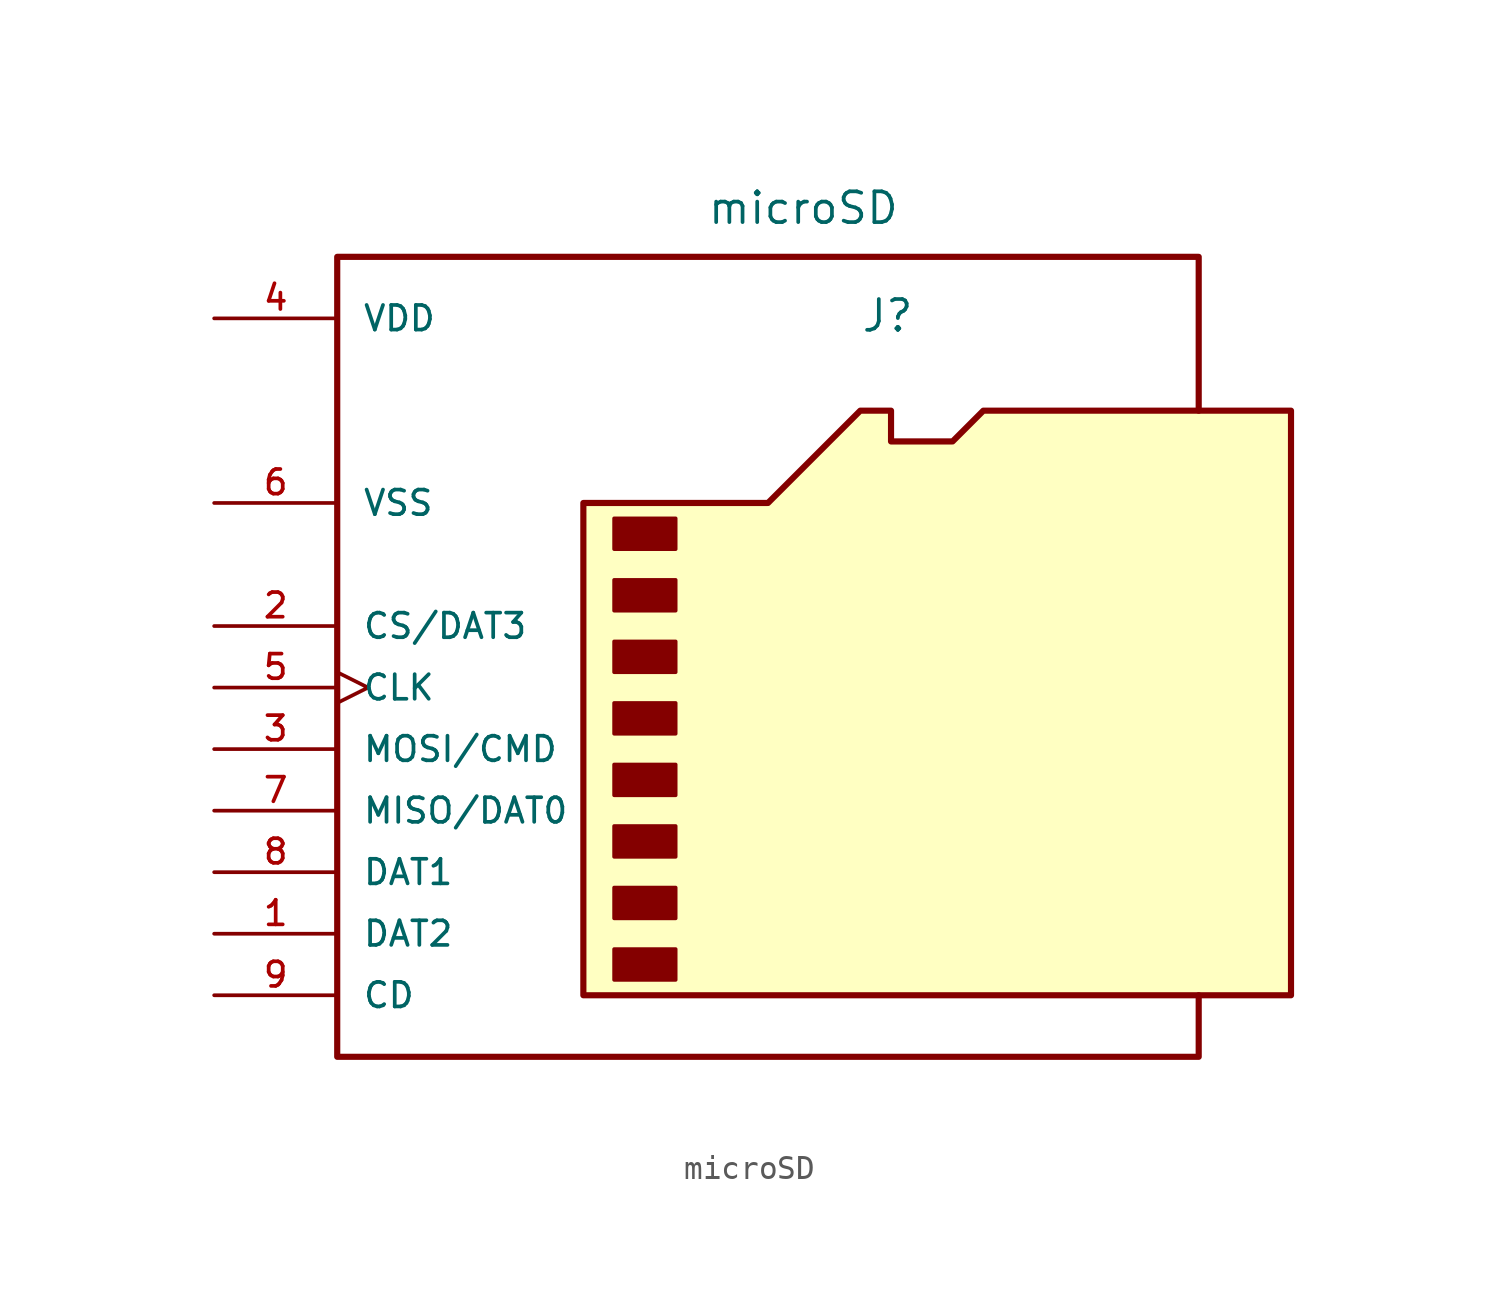
<source format=kicad_sym>
(kicad_symbol_lib
  (version 20211014)
  (generator kicad_symbol_editor)
  (symbol "microSD"
    (pin_names
      (offset 1.016))
    (property "Reference" "J"
      (at 5.08 17.145 0)
      (effects (font (size 1.27 1.27)) (justify left bottom)))
    (property "Value" "microSD"
      (at -1.27 21.59 0)
      (effects (font (size 1.27 1.27)) (justify left bottom)))
    (symbol "microSD_0_0"
      (pin output line (at -21.59 -7.62 0) (length 5.08) (name "DAT2" (effects (font (size 1.016 1.016)))) (number "1" (effects (font (size 1.016 1.016)))))
      (pin passive line (at -21.59 10.16 0) (length 5.08) hide (name "SHIELD" (effects (font (size 1.016 1.016)))) (number "10" (effects (font (size 1.016 1.016)))))
      (pin output line (at -21.59 5.08 0) (length 5.08) (name "CS/DAT3" (effects (font (size 1.016 1.016)))) (number "2" (effects (font (size 1.016 1.016)))))
      (pin input line (at -21.59 0 0) (length 5.08) (name "MOSI/CMD" (effects (font (size 1.016 1.016)))) (number "3" (effects (font (size 1.016 1.016)))))
      (pin power_in line (at -21.59 17.78 0) (length 5.08) (name "VDD" (effects (font (size 1.016 1.016)))) (number "4" (effects (font (size 1.016 1.016)))))
      (pin input clock (at -21.59 2.54 0) (length 5.08) (name "CLK" (effects (font (size 1.016 1.016)))) (number "5" (effects (font (size 1.016 1.016)))))
      (pin passive line (at -21.59 10.16 0) (length 5.08) (name "VSS" (effects (font (size 1.016 1.016)))) (number "6" (effects (font (size 1.016 1.016)))))
      (pin output line (at -21.59 -2.54 0) (length 5.08) (name "MISO/DAT0" (effects (font (size 1.016 1.016)))) (number "7" (effects (font (size 1.016 1.016)))))
      (pin output line (at -21.59 -5.08 0) (length 5.08) (name "DAT1" (effects (font (size 1.016 1.016)))) (number "8" (effects (font (size 1.016 1.016)))))
      (pin passive line (at -21.59 -10.16 0) (length 5.08) (name "CD" (effects (font (size 1.016 1.016)))) (number "9" (effects (font (size 1.016 1.016))))))
    (symbol "microSD_0_1"
      (rectangle (start -5.08 -8.255) (end -2.54 -9.525) (stroke (width 0) (type default) (color 0 0 0 0)) (fill (type outline)))
      (rectangle (start -5.08 -5.715) (end -2.54 -6.985) (stroke (width 0) (type default) (color 0 0 0 0)) (fill (type outline)))
      (rectangle (start -5.08 -3.175) (end -2.54 -4.445) (stroke (width 0) (type default) (color 0 0 0 0)) (fill (type outline)))
      (rectangle (start -5.08 -0.635) (end -2.54 -1.905) (stroke (width 0) (type default) (color 0 0 0 0)) (fill (type outline)))
      (rectangle (start -5.08 1.905) (end -2.54 0.635) (stroke (width 0) (type default) (color 0 0 0 0)) (fill (type outline)))
      (rectangle (start -5.08 4.445) (end -2.54 3.175) (stroke (width 0) (type default) (color 0 0 0 0)) (fill (type outline)))
      (rectangle (start -5.08 6.985) (end -2.54 5.715) (stroke (width 0) (type default) (color 0 0 0 0)) (fill (type outline)))
      (rectangle (start -5.08 9.525) (end -2.54 8.255) (stroke (width 0) (type default) (color 0 0 0 0)) (fill (type outline)))
      (polyline (pts (xy 19.05 13.97) (xy 19.05 20.32) (xy -16.51 20.32) (xy -16.51 -12.7) (xy 19.05 -12.7) (xy 19.05 -10.16)) (stroke (width 0.254) (type default) (color 0 0 0 0)) (fill (type none)))
      (polyline (pts (xy -6.35 -10.16) (xy -6.35 10.16) (xy 1.27 10.16) (xy 5.08 13.97) (xy 6.35 13.97) (xy 6.35 12.7) (xy 8.89 12.7) (xy 10.16 13.97) (xy 22.86 13.97) (xy 22.86 -10.16) (xy -6.35 -10.16)) (stroke (width 0.254) (type default) (color 0 0 0 0)) (fill (type background))))))
</source>
